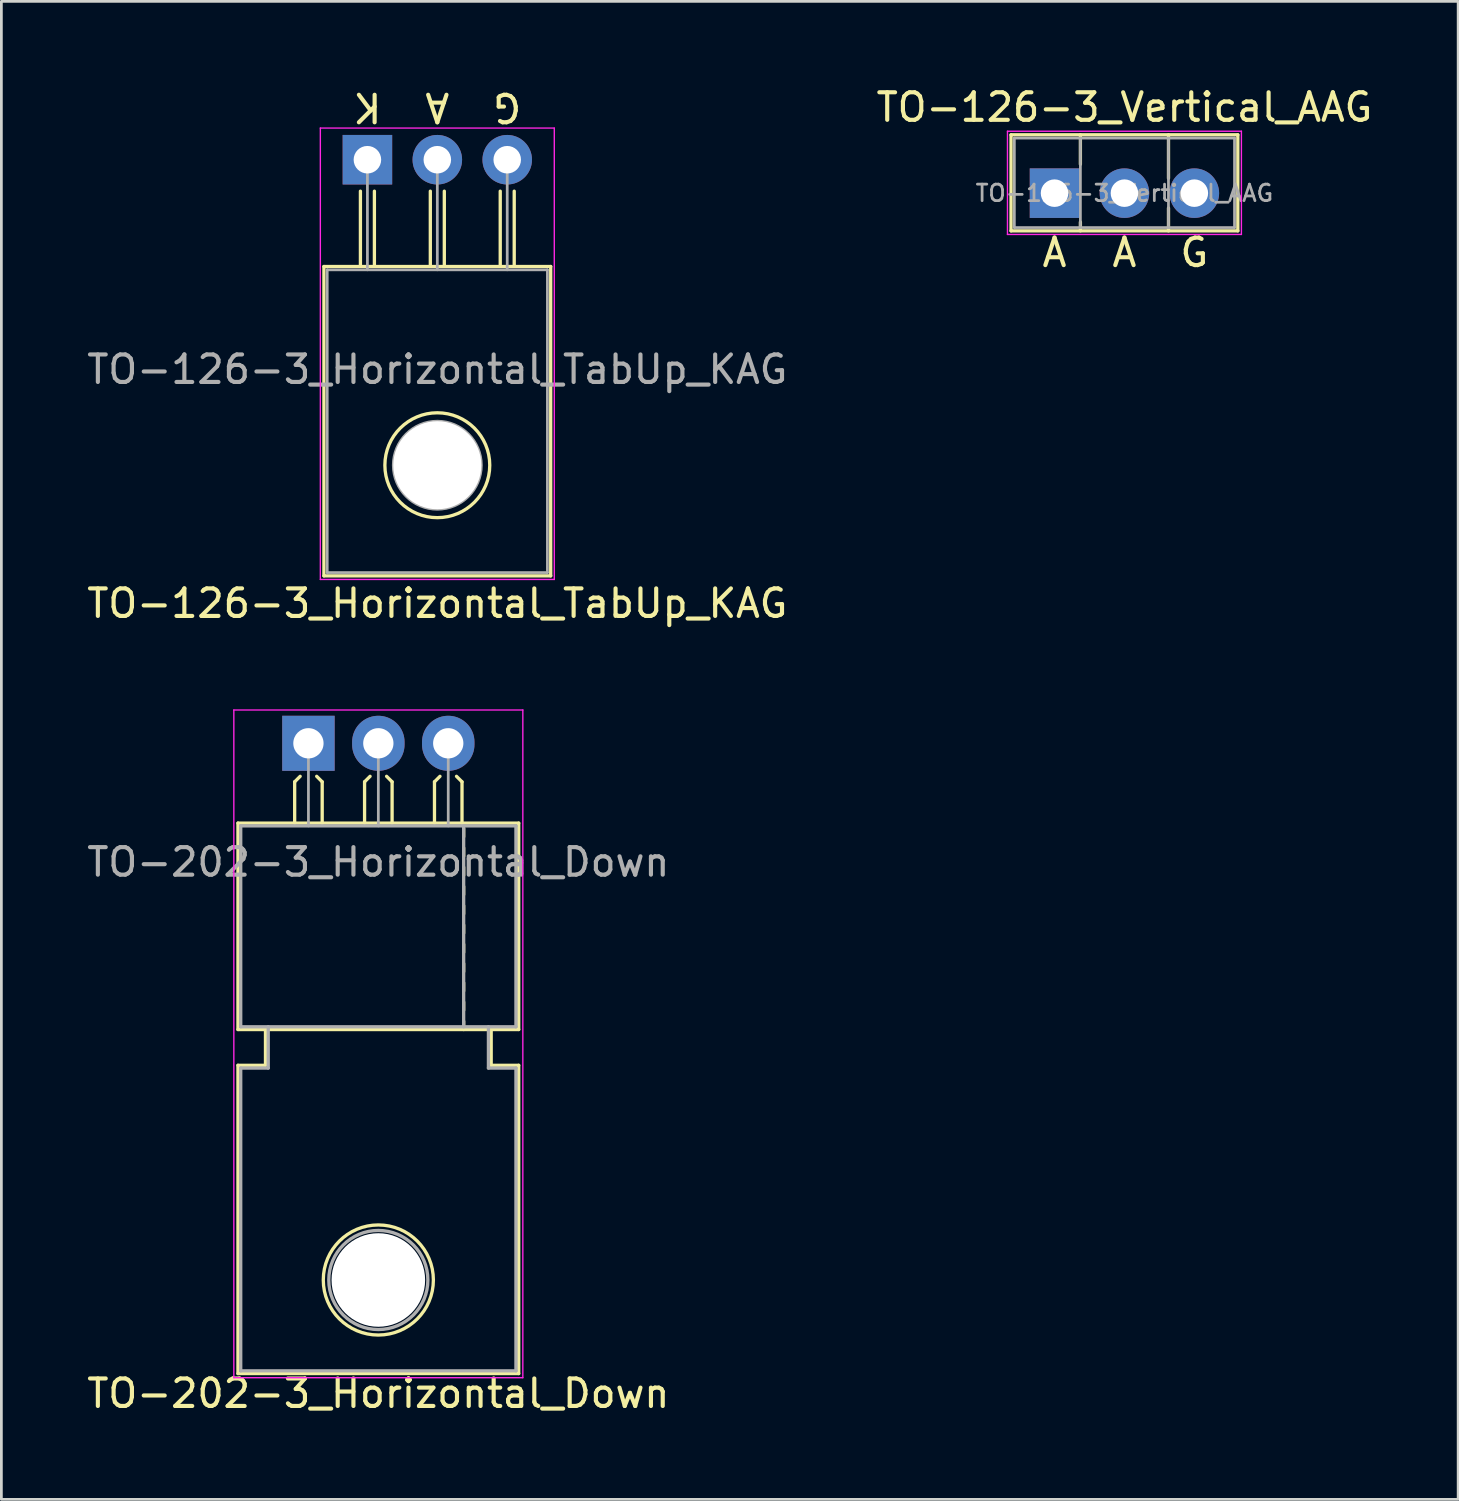
<source format=kicad_pcb>
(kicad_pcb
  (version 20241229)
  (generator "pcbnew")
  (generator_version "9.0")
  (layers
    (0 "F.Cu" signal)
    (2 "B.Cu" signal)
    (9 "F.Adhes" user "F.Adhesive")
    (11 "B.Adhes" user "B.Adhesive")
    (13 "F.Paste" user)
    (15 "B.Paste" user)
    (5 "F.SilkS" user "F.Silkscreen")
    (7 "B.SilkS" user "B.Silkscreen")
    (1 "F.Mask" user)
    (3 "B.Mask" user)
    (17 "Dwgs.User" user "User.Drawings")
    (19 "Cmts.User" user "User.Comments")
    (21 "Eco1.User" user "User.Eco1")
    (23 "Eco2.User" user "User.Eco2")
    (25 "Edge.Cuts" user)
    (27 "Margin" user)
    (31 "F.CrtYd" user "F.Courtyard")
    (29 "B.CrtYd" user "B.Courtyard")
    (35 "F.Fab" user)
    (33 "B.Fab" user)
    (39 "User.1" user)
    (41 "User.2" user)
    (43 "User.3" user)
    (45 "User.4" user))
  (footprint "TO-202-3_Horizontal_Down"
    (layer "F.Cu")
    (at 8.156 23.956)
    (property "Reference" "TO-202-3_Horizontal_Down" (at 2.54 23.622 180) (layer "F.SilkS") (effects (font (size 1 1) (thickness 0.15))))
    (attr through_hole)
    (fp_line (start -2.56 2.9) (end 7.64 2.9) (stroke (width 0.12) (type solid)) (layer "F.SilkS"))
    (fp_line (start -2.56 10.4) (end -2.56 2.9) (stroke (width 0.12) (type solid)) (layer "F.SilkS"))
    (fp_line (start -2.56 11.7) (end -1.56 11.7) (stroke (width 0.12) (type solid)) (layer "F.SilkS"))
    (fp_line (start -2.56 22.9) (end -2.56 11.7) (stroke (width 0.12) (type solid)) (layer "F.SilkS"))
    (fp_line (start -1.56 10.4) (end -2.56 10.4) (stroke (width 0.12) (type solid)) (layer "F.SilkS"))
    (fp_line (start -1.56 11.7) (end -1.56 10.4) (stroke (width 0.12) (type solid)) (layer "F.SilkS"))
    (fp_line (start -0.5 1.4) (end -0.3 1.2) (stroke (width 0.12) (type solid)) (layer "F.SilkS"))
    (fp_line (start -0.5 2.9) (end -0.5 1.4) (stroke (width 0.12) (type solid)) (layer "F.SilkS"))
    (fp_line (start 0.5 1.4) (end 0.3 1.2) (stroke (width 0.12) (type solid)) (layer "F.SilkS"))
    (fp_line (start 0.5 2.9) (end 0.5 1.4) (stroke (width 0.12) (type solid)) (layer "F.SilkS"))
    (fp_line (start 2.04 1.4) (end 2.24 1.2) (stroke (width 0.12) (type solid)) (layer "F.SilkS"))
    (fp_line (start 2.04 2.9) (end 2.04 1.4) (stroke (width 0.12) (type solid)) (layer "F.SilkS"))
    (fp_line (start 3.04 1.4) (end 2.84 1.2) (stroke (width 0.12) (type solid)) (layer "F.SilkS"))
    (fp_line (start 3.04 2.9) (end 3.04 1.4) (stroke (width 0.12) (type solid)) (layer "F.SilkS"))
    (fp_line (start 4.58 1.4) (end 4.78 1.2) (stroke (width 0.12) (type solid)) (layer "F.SilkS"))
    (fp_line (start 4.58 2.9) (end 4.58 1.4) (stroke (width 0.12) (type solid)) (layer "F.SilkS"))
    (fp_line (start 5.58 1.4) (end 5.38 1.2) (stroke (width 0.12) (type solid)) (layer "F.SilkS"))
    (fp_line (start 5.58 2.9) (end 5.58 1.4) (stroke (width 0.12) (type solid)) (layer "F.SilkS"))
    (fp_line (start 5.64 3.4) (end 5.64 3.1) (stroke (width 0.12) (type solid)) (layer "F.SilkS"))
    (fp_line (start 5.64 4.1) (end 5.64 3.8) (stroke (width 0.12) (type solid)) (layer "F.SilkS"))
    (fp_line (start 5.64 4.8) (end 5.64 4.5) (stroke (width 0.12) (type solid)) (layer "F.SilkS"))
    (fp_line (start 5.64 5.5) (end 5.64 5.2) (stroke (width 0.12) (type solid)) (layer "F.SilkS"))
    (fp_line (start 5.64 6.2) (end 5.64 5.9) (stroke (width 0.12) (type solid)) (layer "F.SilkS"))
    (fp_line (start 5.64 6.9) (end 5.64 6.6) (stroke (width 0.12) (type solid)) (layer "F.SilkS"))
    (fp_line (start 5.64 7.6) (end 5.64 7.3) (stroke (width 0.12) (type solid)) (layer "F.SilkS"))
    (fp_line (start 5.64 8.3) (end 5.64 8) (stroke (width 0.12) (type solid)) (layer "F.SilkS"))
    (fp_line (start 5.64 9) (end 5.64 8.7) (stroke (width 0.12) (type solid)) (layer "F.SilkS"))
    (fp_line (start 5.64 9.7) (end 5.64 9.4) (stroke (width 0.12) (type solid)) (layer "F.SilkS"))
    (fp_line (start 5.64 10.4) (end 5.64 10.1) (stroke (width 0.12) (type solid)) (layer "F.SilkS"))
    (fp_line (start 6.64 10.4) (end -1.56 10.4) (stroke (width 0.12) (type solid)) (layer "F.SilkS"))
    (fp_line (start 6.64 10.4) (end 6.64 11.7) (stroke (width 0.12) (type solid)) (layer "F.SilkS"))
    (fp_line (start 6.64 11.7) (end 7.64 11.7) (stroke (width 0.12) (type solid)) (layer "F.SilkS"))
    (fp_line (start 7.64 2.9) (end 7.64 10.4) (stroke (width 0.12) (type solid)) (layer "F.SilkS"))
    (fp_line (start 7.64 10.4) (end 6.64 10.4) (stroke (width 0.12) (type solid)) (layer "F.SilkS"))
    (fp_line (start 7.64 11.7) (end 7.64 22.9) (stroke (width 0.12) (type solid)) (layer "F.SilkS"))
    (fp_line (start 7.64 22.9) (end -2.56 22.9) (stroke (width 0.12) (type solid)) (layer "F.SilkS"))
    (fp_circle (center 2.54 19.5) (end 0.54 19.5) (stroke (width 0.12) (type solid)) (fill no) (layer "F.SilkS"))
    (fp_line (start -2.71 -1.21) (end -2.71 23.05) (stroke (width 0.05) (type solid)) (layer "F.CrtYd"))
    (fp_line (start -2.71 23.05) (end 7.79 23.05) (stroke (width 0.05) (type solid)) (layer "F.CrtYd"))
    (fp_line (start 7.79 -1.21) (end -2.71 -1.21) (stroke (width 0.05) (type solid)) (layer "F.CrtYd"))
    (fp_line (start 7.79 23.05) (end 7.79 -1.21) (stroke (width 0.05) (type solid)) (layer "F.CrtYd"))
    (fp_line (start -2.46 3) (end -2.46 10.3) (stroke (width 0.12) (type solid)) (layer "F.Fab"))
    (fp_line (start -2.46 10.3) (end 7.54 10.3) (stroke (width 0.12) (type solid)) (layer "F.Fab"))
    (fp_line (start -2.46 11.8) (end -1.46 11.8) (stroke (width 0.12) (type solid)) (layer "F.Fab"))
    (fp_line (start -2.46 22.8) (end -2.46 11.8) (stroke (width 0.12) (type solid)) (layer "F.Fab"))
    (fp_line (start -1.46 11.8) (end -1.46 10.3) (stroke (width 0.12) (type solid)) (layer "F.Fab"))
    (fp_line (start 0 0) (end 0 3) (stroke (width 0.1) (type solid)) (layer "F.Fab"))
    (fp_line (start 2.54 0) (end 2.54 3) (stroke (width 0.1) (type solid)) (layer "F.Fab"))
    (fp_line (start 5.08 0) (end 5.08 3) (stroke (width 0.1) (type solid)) (layer "F.Fab"))
    (fp_line (start 5.64 3) (end 5.64 10.3) (stroke (width 0.12) (type solid)) (layer "F.Fab"))
    (fp_line (start 6.54 10.3) (end 6.54 11.8) (stroke (width 0.12) (type solid)) (layer "F.Fab"))
    (fp_line (start 6.54 11.8) (end 7.54 11.8) (stroke (width 0.12) (type solid)) (layer "F.Fab"))
    (fp_line (start 7.54 3) (end -2.46 3) (stroke (width 0.12) (type solid)) (layer "F.Fab"))
    (fp_line (start 7.54 10.3) (end 7.54 3) (stroke (width 0.12) (type solid)) (layer "F.Fab"))
    (fp_line (start 7.54 11.8) (end 7.54 22.8) (stroke (width 0.12) (type solid)) (layer "F.Fab"))
    (fp_line (start 7.54 22.8) (end -2.46 22.8) (stroke (width 0.12) (type solid)) (layer "F.Fab"))
    (fp_circle (center 2.54 19.5) (end 0.74 19.5) (stroke (width 0.12) (type solid)) (fill no) (layer "F.Fab"))
    (fp_text user "${REFERENCE}" (at 2.54 4.318 180) (layer "F.Fab") (effects (font (size 1 1) (thickness 0.15))))
    (pad "" np_thru_hole circle (at 2.54 19.5 180) (size 3.4 3.4) (drill 3.4) (layers "*.Cu" "*.Mask"))
    (pad "1" thru_hole rect (at 0 0) (size 1.905 2) (drill 1.1) (layers "*.Cu" "*.Mask"))
    (pad "2" thru_hole oval (at 2.54 0) (size 1.905 2) (drill 1.1) (layers "*.Cu" "*.Mask"))
    (pad "3" thru_hole oval (at 5.08 0) (size 1.905 2) (drill 1.1) (layers "*.Cu" "*.Mask")))
  (footprint "TO-126-3_Vertical_AAG"
    (layer "F.Cu")
    (at 35.264 3.968)
    (property "Reference" "TO-126-3_Vertical_AAG" (at 2.54 -3.12 0) (layer "F.SilkS") (effects (font (size 1 1) (thickness 0.15))))
    (fp_line (start -1.58 -2.12) (end -1.58 1.37) (stroke (width 0.12) (type solid)) (layer "F.SilkS"))
    (fp_line (start -1.58 -2.12) (end 6.66 -2.12) (stroke (width 0.12) (type solid)) (layer "F.SilkS"))
    (fp_line (start -1.58 1.37) (end 6.66 1.37) (stroke (width 0.12) (type solid)) (layer "F.SilkS"))
    (fp_line (start 0.94 -2.12) (end 0.94 -1.05) (stroke (width 0.12) (type solid)) (layer "F.SilkS"))
    (fp_line (start 0.94 1.05) (end 0.94 1.37) (stroke (width 0.12) (type solid)) (layer "F.SilkS"))
    (fp_line (start 4.141 -2.12) (end 4.141 -0.54) (stroke (width 0.12) (type solid)) (layer "F.SilkS"))
    (fp_line (start 4.141 0.54) (end 4.141 1.37) (stroke (width 0.12) (type solid)) (layer "F.SilkS"))
    (fp_line (start 6.66 -2.12) (end 6.66 1.37) (stroke (width 0.12) (type solid)) (layer "F.SilkS"))
    (fp_line (start -1.71 -2.25) (end -1.71 1.5) (stroke (width 0.05) (type solid)) (layer "F.CrtYd"))
    (fp_line (start -1.71 1.5) (end 6.79 1.5) (stroke (width 0.05) (type solid)) (layer "F.CrtYd"))
    (fp_line (start 6.79 -2.25) (end -1.71 -2.25) (stroke (width 0.05) (type solid)) (layer "F.CrtYd"))
    (fp_line (start 6.79 1.5) (end 6.79 -2.25) (stroke (width 0.05) (type solid)) (layer "F.CrtYd"))
    (fp_line (start -1.46 -2) (end -1.46 1.25) (stroke (width 0.1) (type solid)) (layer "F.Fab"))
    (fp_line (start -1.46 1.25) (end 6.54 1.25) (stroke (width 0.1) (type solid)) (layer "F.Fab"))
    (fp_line (start 0.94 -2) (end 0.94 1.25) (stroke (width 0.1) (type solid)) (layer "F.Fab"))
    (fp_line (start 4.14 -2) (end 4.14 1.25) (stroke (width 0.1) (type solid)) (layer "F.Fab"))
    (fp_line (start 6.54 -2) (end -1.46 -2) (stroke (width 0.1) (type solid)) (layer "F.Fab"))
    (fp_line (start 6.54 1.25) (end 6.54 -2) (stroke (width 0.1) (type solid)) (layer "F.Fab"))
    (fp_text user "G" (at 5.08 2.159 0) (unlocked yes) (layer "F.SilkS") (effects (font (size 1 1) (thickness 0.15))))
    (fp_text user "A" (at 0 2.159 0) (unlocked yes) (layer "F.SilkS") (effects (font (size 1 1) (thickness 0.15))))
    (fp_text user "A" (at 2.54 2.159 0) (unlocked yes) (layer "F.SilkS") (effects (font (size 1 1) (thickness 0.15))))
    (fp_text user "${REFERENCE}" (at 2.54 0 0) (layer "F.Fab") (effects (font (size 0.6 0.6) (thickness 0.1))))
    (pad "1" thru_hole rect (at 0 0) (size 1.8 1.8) (drill 1) (layers "*.Cu" "*.Mask"))
    (pad "2" thru_hole oval (at 2.54 0) (size 1.8 1.8) (drill 1) (layers "*.Cu" "*.Mask"))
    (pad "3" thru_hole oval (at 5.08 0) (size 1.8 1.8) (drill 1) (layers "*.Cu" "*.Mask")))
  (footprint "TO-126-3_Horizontal_TabUp_KAG"
    (layer "F.Cu")
    (at 10.299 2.753)
    (property "Reference" "TO-126-3_Horizontal_TabUp_KAG" (at 2.54 16.12 0) (layer "F.SilkS") (effects (font (size 1 1) (thickness 0.15))))
    (fp_line (start -1.58 3.88) (end -1.58 15.12) (stroke (width 0.12) (type solid)) (layer "F.SilkS"))
    (fp_line (start -1.58 3.88) (end 6.66 3.88) (stroke (width 0.12) (type solid)) (layer "F.SilkS"))
    (fp_line (start -1.58 15.12) (end 6.66 15.12) (stroke (width 0.12) (type solid)) (layer "F.SilkS"))
    (fp_line (start -0.254 3.873) (end -0.254 1.143) (stroke (width 0.12) (type solid)) (layer "F.SilkS"))
    (fp_line (start 0.254 1.143) (end 0.254 3.873) (stroke (width 0.12) (type solid)) (layer "F.SilkS"))
    (fp_line (start 2.286 3.873) (end 2.286 1.143) (stroke (width 0.12) (type solid)) (layer "F.SilkS"))
    (fp_line (start 2.794 1.143) (end 2.794 3.873) (stroke (width 0.12) (type solid)) (layer "F.SilkS"))
    (fp_line (start 4.826 3.873) (end 4.826 1.143) (stroke (width 0.12) (type solid)) (layer "F.SilkS"))
    (fp_line (start 5.334 1.143) (end 5.334 3.873) (stroke (width 0.12) (type solid)) (layer "F.SilkS"))
    (fp_line (start 6.66 3.88) (end 6.66 15.12) (stroke (width 0.12) (type solid)) (layer "F.SilkS"))
    (fp_circle (center 2.54 11.1) (end 0.635 11.125) (stroke (width 0.12) (type solid)) (fill no) (layer "F.SilkS"))
    (fp_line (start -1.71 -1.15) (end -1.71 15.25) (stroke (width 0.05) (type solid)) (layer "F.CrtYd"))
    (fp_line (start -1.71 15.25) (end 6.79 15.25) (stroke (width 0.05) (type solid)) (layer "F.CrtYd"))
    (fp_line (start 6.79 -1.15) (end -1.71 -1.15) (stroke (width 0.05) (type solid)) (layer "F.CrtYd"))
    (fp_line (start 6.79 15.25) (end 6.79 -1.15) (stroke (width 0.05) (type solid)) (layer "F.CrtYd"))
    (fp_line (start -1.46 4) (end -1.46 15) (stroke (width 0.1) (type solid)) (layer "F.Fab"))
    (fp_line (start -1.46 15) (end 6.54 15) (stroke (width 0.1) (type solid)) (layer "F.Fab"))
    (fp_line (start 0 4) (end 0 0) (stroke (width 0.1) (type solid)) (layer "F.Fab"))
    (fp_line (start 2.54 4) (end 2.54 0) (stroke (width 0.1) (type solid)) (layer "F.Fab"))
    (fp_line (start 5.08 4) (end 5.08 0) (stroke (width 0.1) (type solid)) (layer "F.Fab"))
    (fp_line (start 6.54 4) (end -1.46 4) (stroke (width 0.1) (type solid)) (layer "F.Fab"))
    (fp_line (start 6.54 15) (end 6.54 4) (stroke (width 0.1) (type solid)) (layer "F.Fab"))
    (fp_circle (center 2.54 11.1) (end 4.14 11.1) (stroke (width 0.1) (type solid)) (fill no) (layer "F.Fab"))
    (fp_text user "G" (at 5.08 -1.905 180) (unlocked yes) (layer "F.SilkS") (effects (font (size 1 1) (thickness 0.15))))
    (fp_text user "A" (at 2.54 -1.905 180) (unlocked yes) (layer "F.SilkS") (effects (font (size 1 1) (thickness 0.15))))
    (fp_text user "K" (at 0 -1.905 180) (unlocked yes) (layer "F.SilkS") (effects (font (size 1 1) (thickness 0.15))))
    (fp_text user "${REFERENCE}" (at 2.54 7.62 0) (layer "F.Fab") (effects (font (size 1 1) (thickness 0.15))))
    (pad "" np_thru_hole oval (at 2.54 11.1) (size 3.2 3.2) (drill 3.2) (layers "*.Cu" "*.Mask"))
    (pad "1" thru_hole rect (at 0 0) (size 1.8 1.8) (drill 1) (layers "*.Cu" "*.Mask"))
    (pad "2" thru_hole oval (at 2.54 0) (size 1.8 1.8) (drill 1) (layers "*.Cu" "*.Mask"))
    (pad "3" thru_hole oval (at 5.08 0) (size 1.8 1.8) (drill 1) (layers "*.Cu" "*.Mask")))
  (gr_rect
    (start -3 -3)
    (end 49.929 51.427)
    (stroke (width 0.1) (type default))
    (fill no)
    (layer "Edge.Cuts")))
</source>
